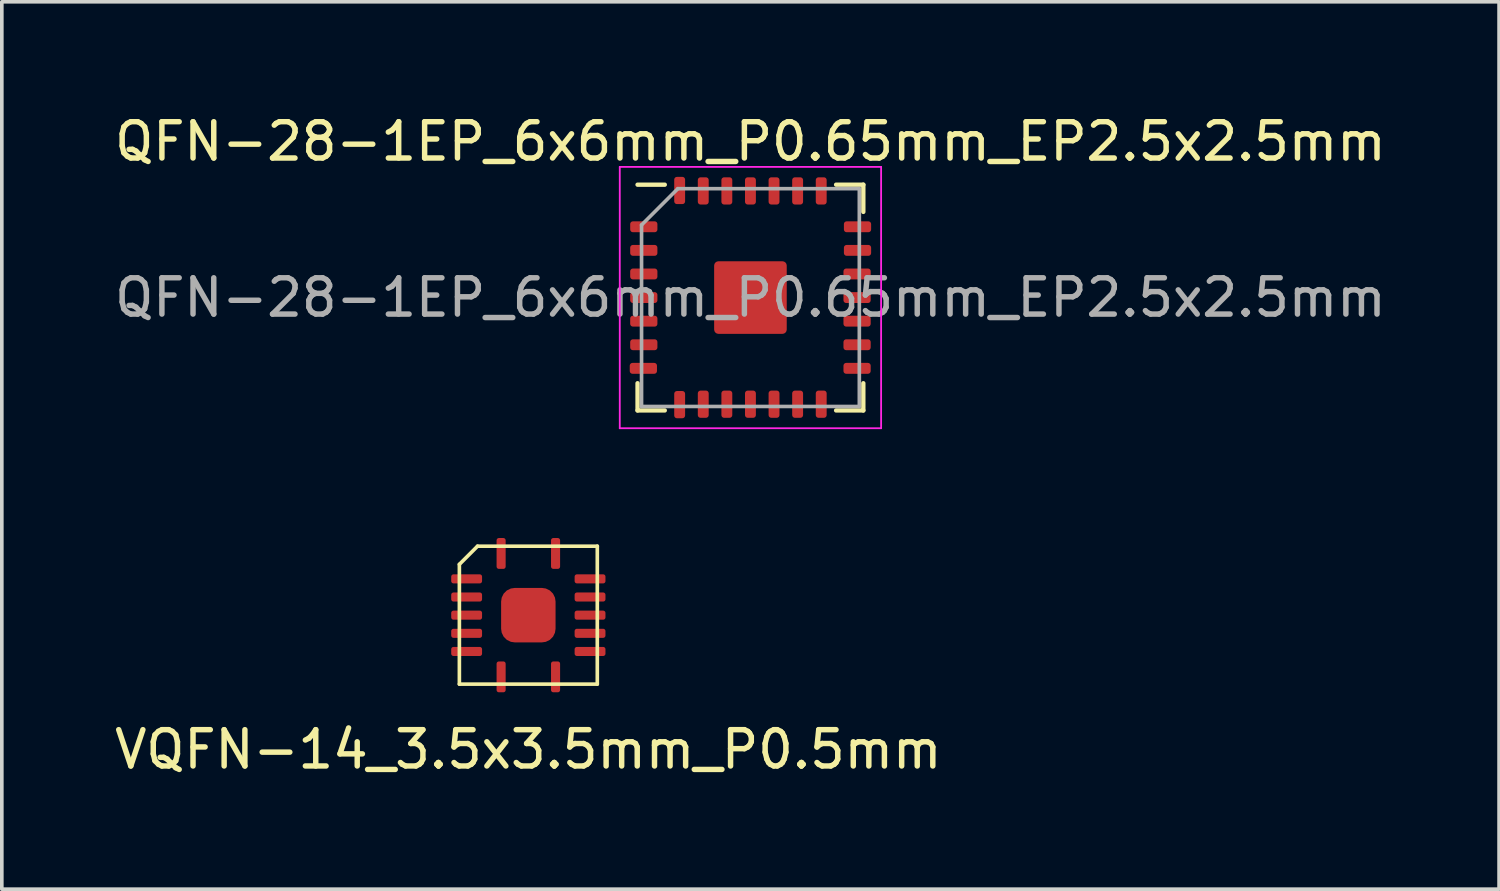
<source format=kicad_pcb>
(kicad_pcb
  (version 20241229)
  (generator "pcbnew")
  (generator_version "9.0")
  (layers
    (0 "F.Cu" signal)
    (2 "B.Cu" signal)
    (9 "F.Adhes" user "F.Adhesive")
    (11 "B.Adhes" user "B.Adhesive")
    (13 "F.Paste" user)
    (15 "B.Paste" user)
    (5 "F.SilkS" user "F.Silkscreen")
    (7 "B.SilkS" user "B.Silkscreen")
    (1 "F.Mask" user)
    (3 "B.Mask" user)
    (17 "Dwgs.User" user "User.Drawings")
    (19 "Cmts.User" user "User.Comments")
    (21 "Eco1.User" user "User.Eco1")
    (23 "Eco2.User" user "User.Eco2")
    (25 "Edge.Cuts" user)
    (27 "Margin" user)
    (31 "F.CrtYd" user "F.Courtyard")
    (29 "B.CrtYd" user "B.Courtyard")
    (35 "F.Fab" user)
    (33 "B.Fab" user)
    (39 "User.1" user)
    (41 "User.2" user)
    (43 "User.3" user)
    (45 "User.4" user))
  (footprint "VQFN-14_3.5x3.5mm_P0.5mm"
    (layer "F.Cu")
    (at 11.506 13.898)
    (property "Reference" "VQFN-14_3.5x3.5mm_P0.5mm" (at 0 3.7 0) (layer "F.SilkS") (effects (font (size 1 1) (thickness 0.15))))
    (attr through_hole)
    (fp_line (start -1.9 -1.4) (end -1.4 -1.9) (stroke (width 0.1) (type solid)) (layer "F.SilkS"))
    (fp_line (start -1.9 1.9) (end -1.9 -1.4) (stroke (width 0.1) (type solid)) (layer "F.SilkS"))
    (fp_line (start -1.4 -1.9) (end 1.9 -1.9) (stroke (width 0.1) (type solid)) (layer "F.SilkS"))
    (fp_line (start 1.9 -1.9) (end 1.9 1.9) (stroke (width 0.1) (type solid)) (layer "F.SilkS"))
    (fp_line (start 1.9 1.9) (end -1.9 1.9) (stroke (width 0.1) (type solid)) (layer "F.SilkS"))
    (pad "1" smd roundrect (at -0.75 -1.7 90) (size 0.85 0.25) (layers "F.Cu" "F.Mask" "F.Paste") (roundrect_rratio 0.25))
    (pad "2" smd roundrect (at -1.7 -1) (size 0.85 0.25) (layers "F.Cu" "F.Mask" "F.Paste") (roundrect_rratio 0.25))
    (pad "3" smd roundrect (at -1.7 -0.5) (size 0.85 0.25) (layers "F.Cu" "F.Mask" "F.Paste") (roundrect_rratio 0.25))
    (pad "4" smd roundrect (at -1.7 0) (size 0.85 0.25) (layers "F.Cu" "F.Mask" "F.Paste") (roundrect_rratio 0.25))
    (pad "5" smd roundrect (at -1.7 0.5) (size 0.85 0.25) (layers "F.Cu" "F.Mask" "F.Paste") (roundrect_rratio 0.25))
    (pad "6" smd roundrect (at -1.7 1) (size 0.85 0.25) (layers "F.Cu" "F.Mask" "F.Paste") (roundrect_rratio 0.25))
    (pad "7" smd roundrect (at -0.75 1.7 90) (size 0.85 0.25) (layers "F.Cu" "F.Mask" "F.Paste") (roundrect_rratio 0.25))
    (pad "8" smd roundrect (at 0.75 1.7 90) (size 0.85 0.25) (layers "F.Cu" "F.Mask" "F.Paste") (roundrect_rratio 0.25))
    (pad "9" smd roundrect (at 1.7 1) (size 0.85 0.25) (layers "F.Cu" "F.Mask" "F.Paste") (roundrect_rratio 0.25))
    (pad "10" smd roundrect (at 1.7 0.5) (size 0.85 0.25) (layers "F.Cu" "F.Mask" "F.Paste") (roundrect_rratio 0.25))
    (pad "11" smd roundrect (at 1.7 0) (size 0.85 0.25) (layers "F.Cu" "F.Mask" "F.Paste") (roundrect_rratio 0.25))
    (pad "12" smd roundrect (at 1.7 -0.5) (size 0.85 0.25) (layers "F.Cu" "F.Mask" "F.Paste") (roundrect_rratio 0.25))
    (pad "13" smd roundrect (at 1.7 -1) (size 0.85 0.25) (layers "F.Cu" "F.Mask" "F.Paste") (roundrect_rratio 0.25))
    (pad "14" smd roundrect (at 0.75 -1.7 90) (size 0.85 0.25) (layers "F.Cu" "F.Mask" "F.Paste") (roundrect_rratio 0.25))
    (pad "15" smd roundrect (at 0 0) (size 1.5 1.5) (layers "F.Cu" "F.Mask" "F.Paste") (roundrect_rratio 0.25)))
  (footprint "QFN-28-1EP_6x6mm_P0.65mm_EP2.5x2.5mm"
    (layer "F.Cu")
    (at 17.625 5.148)
    (property "Reference" "QFN-28-1EP_6x6mm_P0.65mm_EP2.5x2.5mm" (at 0 -4.3 0) (layer "F.SilkS") (effects (font (size 1 1) (thickness 0.15))))
    (attr smd)
    (fp_line (start -3.11 3.11) (end -3.11 2.36) (stroke (width 0.12) (type solid)) (layer "F.SilkS"))
    (fp_line (start -2.36 -3.11) (end -3.11 -3.11) (stroke (width 0.12) (type solid)) (layer "F.SilkS"))
    (fp_line (start -2.36 3.11) (end -3.11 3.11) (stroke (width 0.12) (type solid)) (layer "F.SilkS"))
    (fp_line (start 2.36 -3.11) (end 3.11 -3.11) (stroke (width 0.12) (type solid)) (layer "F.SilkS"))
    (fp_line (start 2.36 3.11) (end 3.11 3.11) (stroke (width 0.12) (type solid)) (layer "F.SilkS"))
    (fp_line (start 3.11 -3.11) (end 3.11 -2.36) (stroke (width 0.12) (type solid)) (layer "F.SilkS"))
    (fp_line (start 3.11 3.11) (end 3.11 2.36) (stroke (width 0.12) (type solid)) (layer "F.SilkS"))
    (fp_line (start -3.6 -3.6) (end -3.6 3.6) (stroke (width 0.05) (type solid)) (layer "F.CrtYd"))
    (fp_line (start -3.6 3.6) (end 3.6 3.6) (stroke (width 0.05) (type solid)) (layer "F.CrtYd"))
    (fp_line (start 3.6 -3.6) (end -3.6 -3.6) (stroke (width 0.05) (type solid)) (layer "F.CrtYd"))
    (fp_line (start 3.6 3.6) (end 3.6 -3.6) (stroke (width 0.05) (type solid)) (layer "F.CrtYd"))
    (fp_line (start -3 -2) (end -2 -3) (stroke (width 0.1) (type solid)) (layer "F.Fab"))
    (fp_line (start -3 3) (end -3 -2) (stroke (width 0.1) (type solid)) (layer "F.Fab"))
    (fp_line (start -2 -3) (end 3 -3) (stroke (width 0.1) (type solid)) (layer "F.Fab"))
    (fp_line (start 3 -3) (end 3 3) (stroke (width 0.1) (type solid)) (layer "F.Fab"))
    (fp_line (start 3 3) (end -3 3) (stroke (width 0.1) (type solid)) (layer "F.Fab"))
    (fp_text user "${REFERENCE}" (at 0 0 0) (layer "F.Fab") (effects (font (size 1 1) (thickness 0.15))))
    (pad "" smd roundrect (at 0 0) (size 1.14 1.14) (layers "F.Paste") (roundrect_rratio 0.219))
    (pad "1" smd roundrect (at -2.938 -1.95) (size 0.75 0.3) (layers "F.Cu" "F.Mask" "F.Paste") (roundrect_rratio 0.25))
    (pad "2" smd roundrect (at -2.938 -1.3) (size 0.75 0.3) (layers "F.Cu" "F.Mask" "F.Paste") (roundrect_rratio 0.25))
    (pad "3" smd roundrect (at -2.938 -0.65) (size 0.75 0.3) (layers "F.Cu" "F.Mask" "F.Paste") (roundrect_rratio 0.25))
    (pad "4" smd roundrect (at -2.938 0) (size 0.75 0.3) (layers "F.Cu" "F.Mask" "F.Paste") (roundrect_rratio 0.25))
    (pad "5" smd roundrect (at -2.938 0.65) (size 0.75 0.3) (layers "F.Cu" "F.Mask" "F.Paste") (roundrect_rratio 0.25))
    (pad "6" smd roundrect (at -2.938 1.3) (size 0.75 0.3) (layers "F.Cu" "F.Mask" "F.Paste") (roundrect_rratio 0.25))
    (pad "7" smd roundrect (at -2.95 1.95) (size 0.75 0.3) (layers "F.Cu" "F.Mask" "F.Paste") (roundrect_rratio 0.25))
    (pad "8" smd roundrect (at -1.95 2.95) (size 0.3 0.75) (layers "F.Cu" "F.Mask" "F.Paste") (roundrect_rratio 0.25))
    (pad "9" smd roundrect (at -1.3 2.938) (size 0.3 0.75) (layers "F.Cu" "F.Mask" "F.Paste") (roundrect_rratio 0.25))
    (pad "10" smd roundrect (at -0.65 2.938) (size 0.3 0.75) (layers "F.Cu" "F.Mask" "F.Paste") (roundrect_rratio 0.25))
    (pad "11" smd roundrect (at 0 2.938) (size 0.3 0.75) (layers "F.Cu" "F.Mask" "F.Paste") (roundrect_rratio 0.25))
    (pad "12" smd roundrect (at 0.65 2.938) (size 0.3 0.75) (layers "F.Cu" "F.Mask" "F.Paste") (roundrect_rratio 0.25))
    (pad "13" smd roundrect (at 1.3 2.938) (size 0.3 0.75) (layers "F.Cu" "F.Mask" "F.Paste") (roundrect_rratio 0.25))
    (pad "14" smd roundrect (at 1.95 2.938) (size 0.3 0.75) (layers "F.Cu" "F.Mask" "F.Paste") (roundrect_rratio 0.25))
    (pad "15" smd roundrect (at 2.938 1.95) (size 0.75 0.3) (layers "F.Cu" "F.Mask" "F.Paste") (roundrect_rratio 0.25))
    (pad "16" smd roundrect (at 2.938 1.3) (size 0.75 0.3) (layers "F.Cu" "F.Mask" "F.Paste") (roundrect_rratio 0.25))
    (pad "17" smd roundrect (at 2.938 0.65) (size 0.75 0.3) (layers "F.Cu" "F.Mask" "F.Paste") (roundrect_rratio 0.25))
    (pad "18" smd roundrect (at 2.938 0) (size 0.75 0.3) (layers "F.Cu" "F.Mask" "F.Paste") (roundrect_rratio 0.25))
    (pad "19" smd roundrect (at 2.938 -0.65) (size 0.75 0.3) (layers "F.Cu" "F.Mask" "F.Paste") (roundrect_rratio 0.25))
    (pad "20" smd roundrect (at 2.95 -1.3) (size 0.75 0.3) (layers "F.Cu" "F.Mask" "F.Paste") (roundrect_rratio 0.25))
    (pad "21" smd roundrect (at 2.95 -1.95) (size 0.75 0.3) (layers "F.Cu" "F.Mask" "F.Paste") (roundrect_rratio 0.25))
    (pad "22" smd roundrect (at 1.95 -2.938) (size 0.3 0.75) (layers "F.Cu" "F.Mask" "F.Paste") (roundrect_rratio 0.25))
    (pad "23" smd roundrect (at 1.3 -2.938) (size 0.3 0.75) (layers "F.Cu" "F.Mask" "F.Paste") (roundrect_rratio 0.25))
    (pad "24" smd roundrect (at 0.65 -2.938) (size 0.3 0.75) (layers "F.Cu" "F.Mask" "F.Paste") (roundrect_rratio 0.25))
    (pad "25" smd roundrect (at 0 -2.938) (size 0.3 0.75) (layers "F.Cu" "F.Mask" "F.Paste") (roundrect_rratio 0.25))
    (pad "26" smd roundrect (at -0.65 -2.938) (size 0.3 0.75) (layers "F.Cu" "F.Mask" "F.Paste") (roundrect_rratio 0.25))
    (pad "27" smd roundrect (at -1.3 -2.938) (size 0.3 0.75) (layers "F.Cu" "F.Mask" "F.Paste") (roundrect_rratio 0.25))
    (pad "28" smd roundrect (at -1.95 -2.95) (size 0.3 0.75) (layers "F.Cu" "F.Mask" "F.Paste") (roundrect_rratio 0.25))
    (pad "29" smd roundrect (at 0 0) (size 2 2) (layers "F.Cu" "F.Mask") (roundrect_rratio 0.059)))
  (gr_rect
    (start -3 -3)
    (end 38.25 21.447)
    (stroke (width 0.1) (type default))
    (fill no)
    (layer "Edge.Cuts")))
</source>
